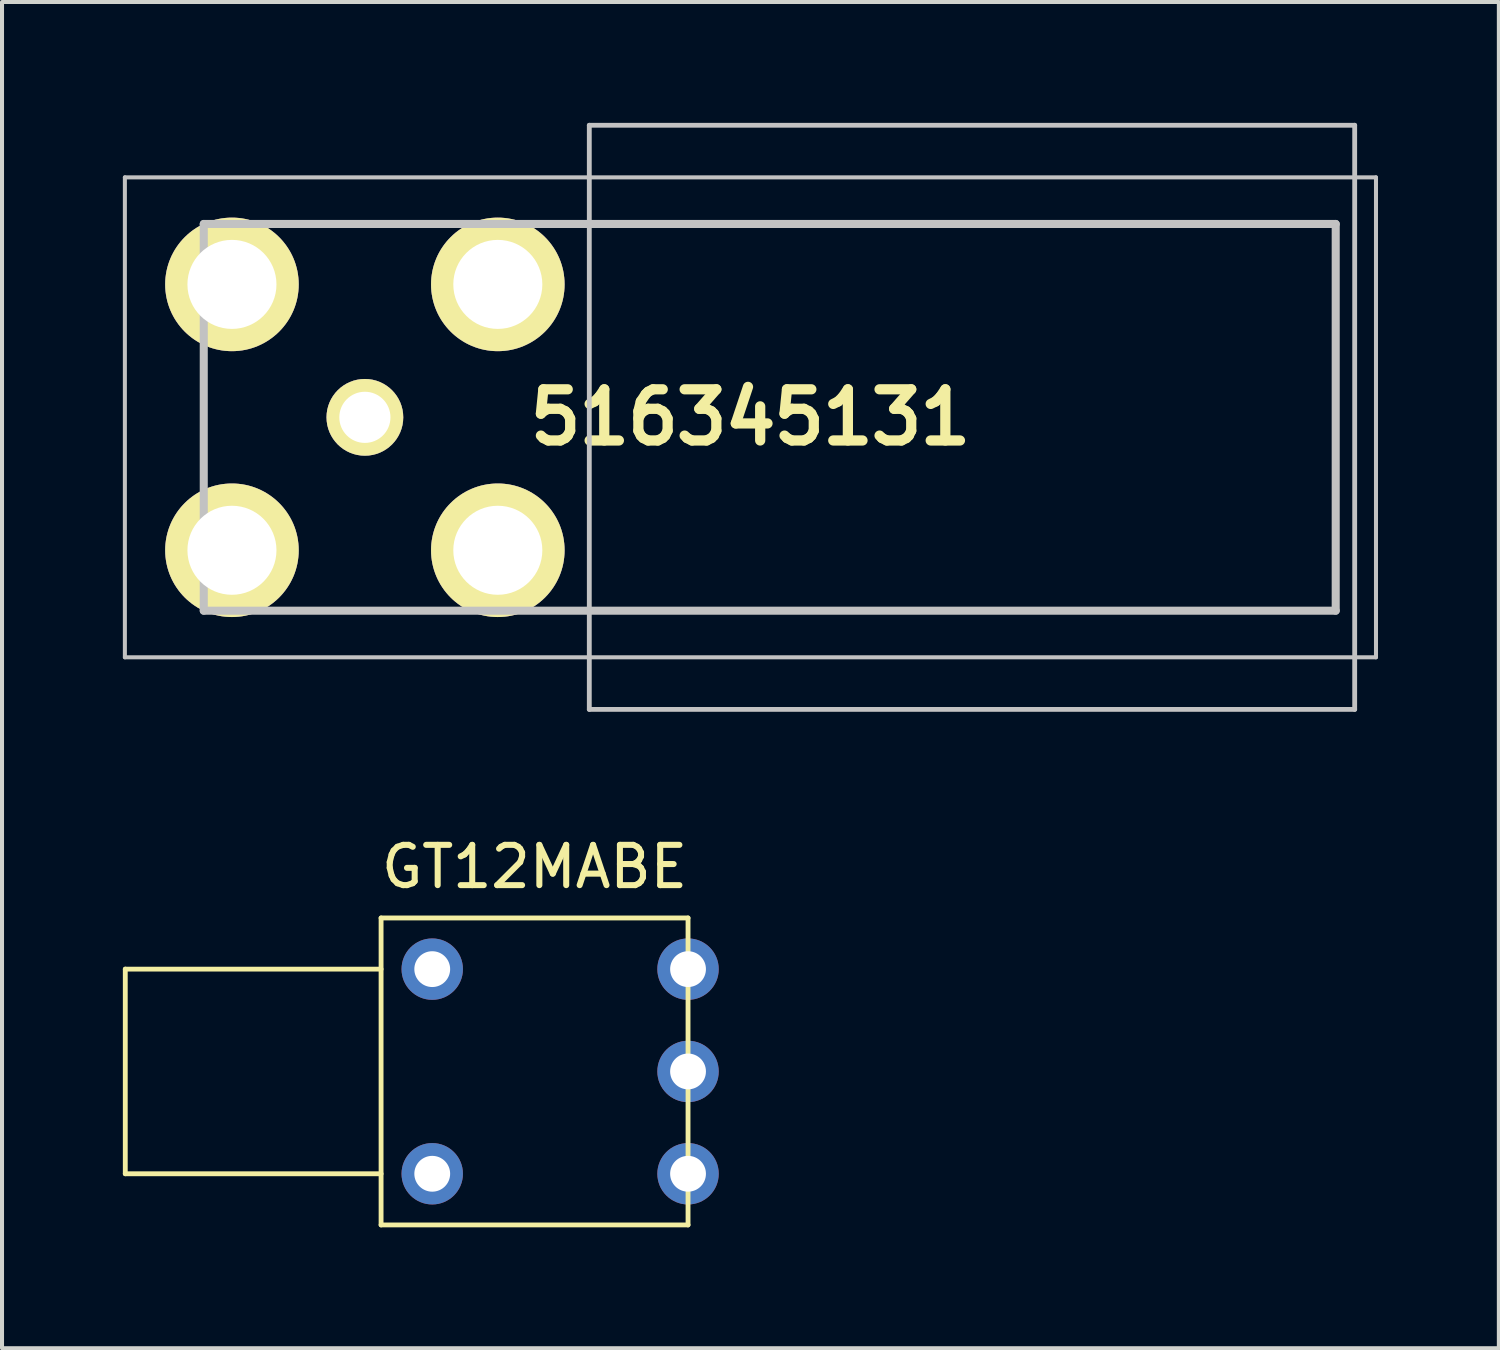
<source format=kicad_pcb>
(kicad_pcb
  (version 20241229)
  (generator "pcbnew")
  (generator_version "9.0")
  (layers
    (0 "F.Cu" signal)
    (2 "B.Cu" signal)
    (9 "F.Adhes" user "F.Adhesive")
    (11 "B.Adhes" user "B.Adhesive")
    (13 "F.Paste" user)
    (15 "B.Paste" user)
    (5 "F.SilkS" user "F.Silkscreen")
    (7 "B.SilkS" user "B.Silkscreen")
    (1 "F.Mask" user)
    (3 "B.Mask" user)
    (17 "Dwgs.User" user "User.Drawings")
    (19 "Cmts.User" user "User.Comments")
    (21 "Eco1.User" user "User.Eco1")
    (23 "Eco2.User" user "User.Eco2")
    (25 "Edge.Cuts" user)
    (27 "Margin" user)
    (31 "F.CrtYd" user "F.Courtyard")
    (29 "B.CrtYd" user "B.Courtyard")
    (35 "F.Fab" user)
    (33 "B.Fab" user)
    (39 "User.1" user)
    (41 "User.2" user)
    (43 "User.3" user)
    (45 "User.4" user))
  (footprint "516345131"
    (layer "F.Cu")
    (at 15.579 7.31)
    (property "Reference" "516345131" (at 0 0 0) (layer "F.SilkS") (effects (font (size 1.27 1.27) (thickness 0.254))))
    (attr through_hole)
    (fp_line (start -13.571 -1) (end -13.571 1) (stroke (width 0.1) (type solid)) (layer "F.SilkS"))
    (fp_line (start -11.571 -4.8) (end -7.571 -4.8) (stroke (width 0.1) (type solid)) (layer "F.SilkS"))
    (fp_line (start -11.571 4.8) (end -7.571 4.8) (stroke (width 0.1) (type solid)) (layer "F.SilkS"))
    (fp_line (start -4.571 -4.8) (end 14.529 -4.8) (stroke (width 0.1) (type solid)) (layer "F.SilkS"))
    (fp_line (start 14.529 -4.8) (end 14.529 4.8) (stroke (width 0.1) (type solid)) (layer "F.SilkS"))
    (fp_line (start 14.529 4.8) (end -4.571 4.8) (stroke (width 0.1) (type solid)) (layer "F.SilkS"))
    (fp_line (start -15.529 -5.957) (end 15.529 -5.957) (stroke (width 0.1) (type solid)) (layer "Dwgs.User"))
    (fp_line (start -15.529 5.957) (end -15.529 -5.957) (stroke (width 0.1) (type solid)) (layer "Dwgs.User"))
    (fp_line (start -13.571 -4.8) (end 14.529 -4.8) (stroke (width 0.2) (type solid)) (layer "Dwgs.User"))
    (fp_line (start -13.571 4.8) (end -13.571 -4.8) (stroke (width 0.2) (type solid)) (layer "Dwgs.User"))
    (fp_line (start -4 -7.25) (end 15 -7.25) (stroke (width 0.12) (type solid)) (layer "Dwgs.User"))
    (fp_line (start -4 7.25) (end -4 -7.25) (stroke (width 0.12) (type solid)) (layer "Dwgs.User"))
    (fp_line (start 14.529 -4.8) (end 14.529 4.8) (stroke (width 0.2) (type solid)) (layer "Dwgs.User"))
    (fp_line (start 14.529 4.8) (end -13.571 4.8) (stroke (width 0.2) (type solid)) (layer "Dwgs.User"))
    (fp_line (start 15 -7.25) (end 15 7.25) (stroke (width 0.12) (type solid)) (layer "Dwgs.User"))
    (fp_line (start 15 7.25) (end -4 7.25) (stroke (width 0.12) (type solid)) (layer "Dwgs.User"))
    (fp_line (start 15.529 -5.957) (end 15.529 5.957) (stroke (width 0.1) (type solid)) (layer "Dwgs.User"))
    (fp_line (start 15.529 5.957) (end -15.529 5.957) (stroke (width 0.1) (type solid)) (layer "Dwgs.User"))
    (pad "1" thru_hole circle (at -9.571 0 90) (size 1.905 1.905) (drill 1.27) (layers "*.Cu" "*.Mask" "F.SilkS"))
    (pad "2" thru_hole circle (at -12.871 -3.3 90) (size 3.315 3.315) (drill 2.21) (layers "*.Cu" "*.Mask" "F.SilkS"))
    (pad "3" thru_hole circle (at -12.871 3.3 90) (size 3.315 3.315) (drill 2.21) (layers "*.Cu" "*.Mask" "F.SilkS"))
    (pad "4" thru_hole circle (at -6.271 3.3 90) (size 3.315 3.315) (drill 2.21) (layers "*.Cu" "*.Mask" "F.SilkS"))
    (pad "5" thru_hole circle (at -6.271 -3.3 90) (size 3.315 3.315) (drill 2.21) (layers "*.Cu" "*.Mask" "F.SilkS")))
  (footprint "GT12MABE"
    (layer "F.Cu")
    (at 14.03 23.548)
    (property "Reference" "GT12MABE" (at -3.81 -5.08 0) (layer "F.SilkS") (effects (font (size 1 1) (thickness 0.15))))
    (attr through_hole)
    (fp_line (start -13.97 -2.54) (end -13.97 2.54) (stroke (width 0.12) (type solid)) (layer "F.SilkS"))
    (fp_line (start -13.97 2.54) (end -7.62 2.54) (stroke (width 0.12) (type solid)) (layer "F.SilkS"))
    (fp_line (start -7.62 -3.81) (end 0 -3.81) (stroke (width 0.12) (type solid)) (layer "F.SilkS"))
    (fp_line (start -7.62 -2.54) (end -13.97 -2.54) (stroke (width 0.12) (type solid)) (layer "F.SilkS"))
    (fp_line (start -7.62 3.81) (end -7.62 -3.81) (stroke (width 0.12) (type solid)) (layer "F.SilkS"))
    (fp_line (start 0 -3.81) (end 0 3.81) (stroke (width 0.12) (type solid)) (layer "F.SilkS"))
    (fp_line (start 0 3.81) (end -7.62 3.81) (stroke (width 0.12) (type solid)) (layer "F.SilkS"))
    (pad "" thru_hole circle (at -6.35 -2.54) (size 1.524 1.524) (drill 0.889) (layers "*.Cu" "*.Mask"))
    (pad "" thru_hole circle (at -6.35 2.54) (size 1.524 1.524) (drill 0.889) (layers "*.Cu" "*.Mask"))
    (pad "1" thru_hole circle (at 0 2.54) (size 1.524 1.524) (drill 0.889) (layers "*.Cu" "*.Mask"))
    (pad "2" thru_hole circle (at 0 0) (size 1.524 1.524) (drill 0.889) (layers "*.Cu" "*.Mask"))
    (pad "3" thru_hole circle (at 0 -2.54) (size 1.524 1.524) (drill 0.889) (layers "*.Cu" "*.Mask")))
  (gr_rect
    (start -3 -3)
    (end 34.158 30.418)
    (stroke (width 0.1) (type default))
    (fill no)
    (layer "Edge.Cuts")))
</source>
